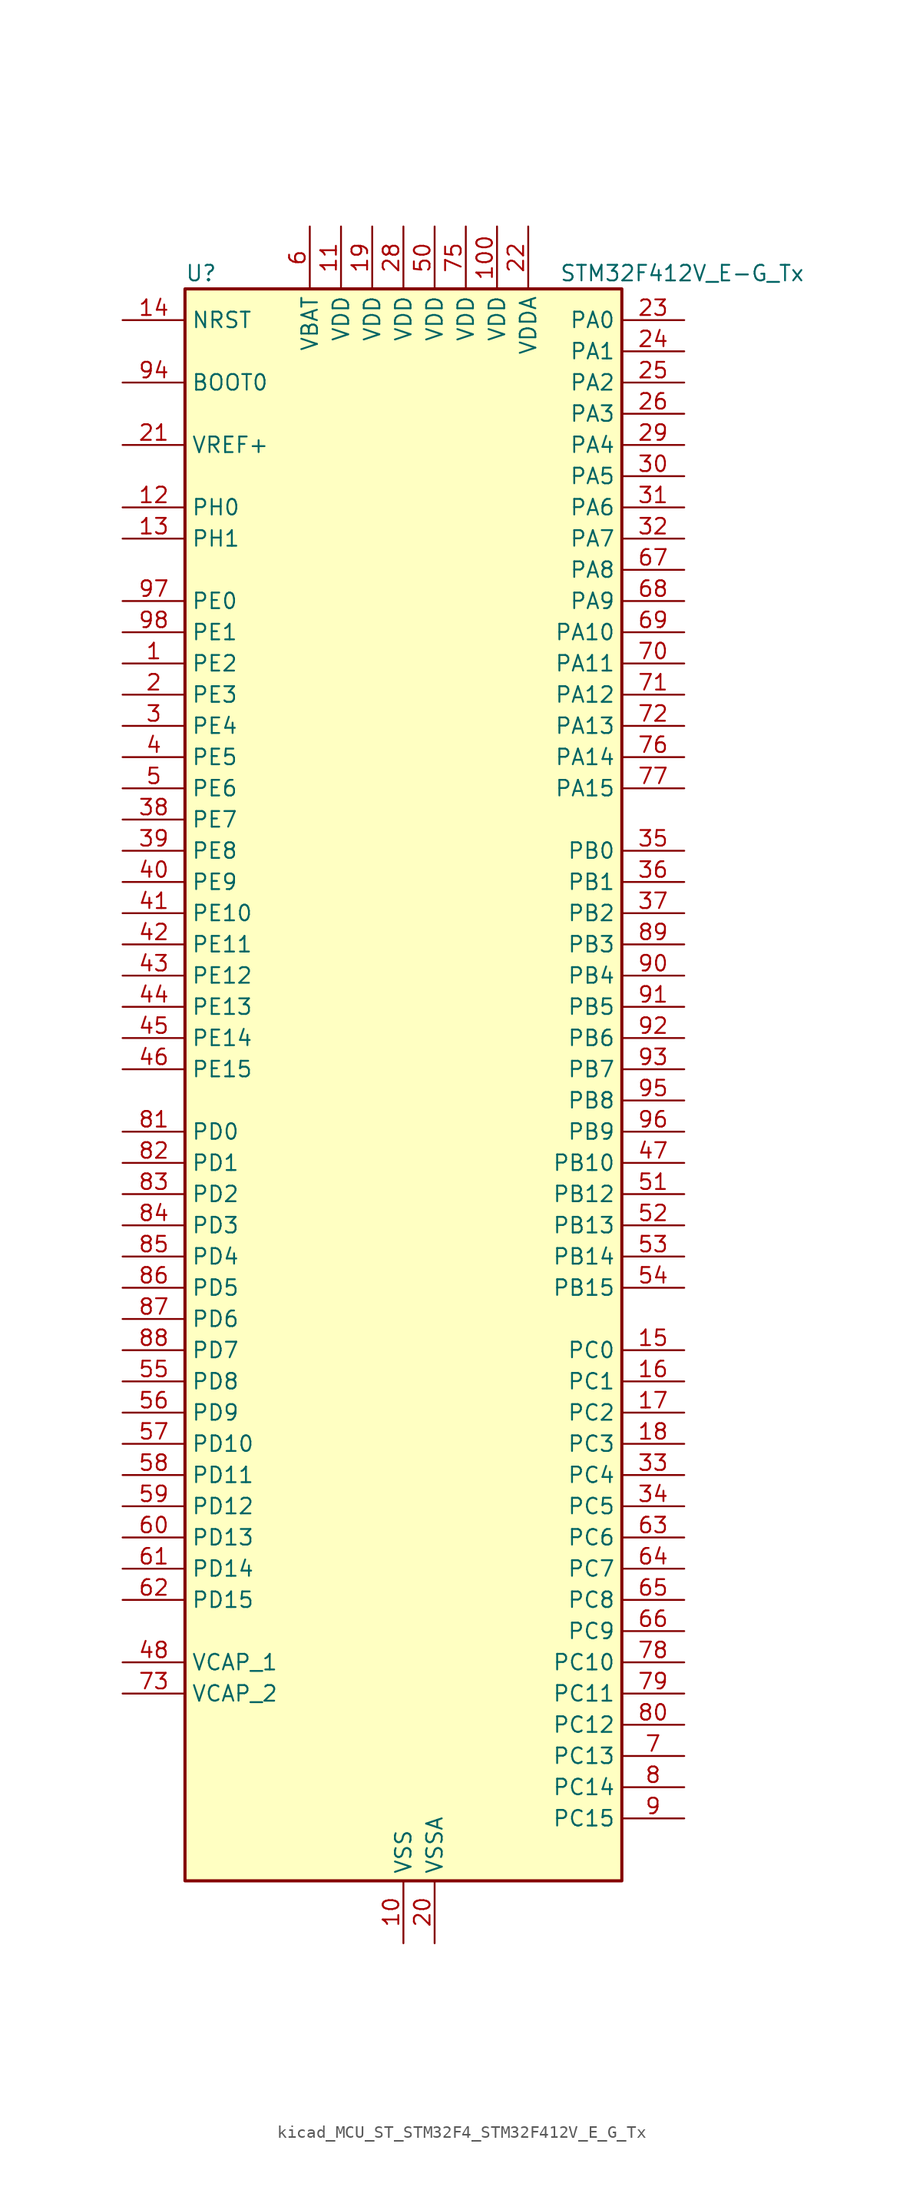
<source format=kicad_sym>
(kicad_symbol_lib
  (version 20220914)
  (generator kicad_symbol_editor)
  (symbol "kicad_MCU_ST_STM32F4_STM32F412V_E_G_Tx"
    (property "Reference" "U"
      (at -17.78 67.31 0)
      (effects (font (size 1.27 1.27)) (justify left)))
    (property "Value" "STM32F412V_E-G_Tx"
      (at 12.7 67.31 0)
      (effects (font (size 1.27 1.27)) (justify left)))
    (property "ki_locked" ""
      (at 0 0 0)
      (effects (font (size 1.27 1.27))))
    (symbol "kicad_MCU_ST_STM32F4_STM32F412V_E_G_Tx_0_1"
      (rectangle (start -17.78 -63.5) (end 17.78 66.04) (stroke (width 0.254) (type default)) (fill (type background))))
    (symbol "kicad_MCU_ST_STM32F4_STM32F412V_E_G_Tx_1_1"
      (pin bidirectional line (at -22.86 35.56 0) (length 5.08) (name "PE2" (effects (font (size 1.27 1.27)))) (number "1" (effects (font (size 1.27 1.27)))) (alternate "FSMC_A23" bidirectional line) (alternate "I2S4_CK" bidirectional line) (alternate "I2S5_CK" bidirectional line) (alternate "QUADSPI_BK1_IO2" bidirectional line) (alternate "SPI4_SCK" bidirectional line) (alternate "SPI5_SCK" bidirectional line) (alternate "SYS_TRACECLK" bidirectional line))
      (pin power_in line (at 0 -68.58 90) (length 5.08) (name "VSS" (effects (font (size 1.27 1.27)))) (number "10" (effects (font (size 1.27 1.27)))))
      (pin power_in line (at 7.62 71.12 270) (length 5.08) (name "VDD" (effects (font (size 1.27 1.27)))) (number "100" (effects (font (size 1.27 1.27)))))
      (pin power_in line (at -5.08 71.12 270) (length 5.08) (name "VDD" (effects (font (size 1.27 1.27)))) (number "11" (effects (font (size 1.27 1.27)))))
      (pin bidirectional line (at -22.86 48.26 0) (length 5.08) (name "PH0" (effects (font (size 1.27 1.27)))) (number "12" (effects (font (size 1.27 1.27)))) (alternate "RCC_OSC_IN" bidirectional line))
      (pin bidirectional line (at -22.86 45.72 0) (length 5.08) (name "PH1" (effects (font (size 1.27 1.27)))) (number "13" (effects (font (size 1.27 1.27)))) (alternate "RCC_OSC_OUT" bidirectional line))
      (pin input line (at -22.86 63.5 0) (length 5.08) (name "NRST" (effects (font (size 1.27 1.27)))) (number "14" (effects (font (size 1.27 1.27)))))
      (pin bidirectional line (at 22.86 -20.32 180) (length 5.08) (name "PC0" (effects (font (size 1.27 1.27)))) (number "15" (effects (font (size 1.27 1.27)))) (alternate "ADC1_IN10" bidirectional line) (alternate "SYS_WKUP2" bidirectional line))
      (pin bidirectional line (at 22.86 -22.86 180) (length 5.08) (name "PC1" (effects (font (size 1.27 1.27)))) (number "16" (effects (font (size 1.27 1.27)))) (alternate "ADC1_IN11" bidirectional line) (alternate "SYS_WKUP3" bidirectional line))
      (pin bidirectional line (at 22.86 -25.4 180) (length 5.08) (name "PC2" (effects (font (size 1.27 1.27)))) (number "17" (effects (font (size 1.27 1.27)))) (alternate "ADC1_IN12" bidirectional line) (alternate "DFSDM1_CKOUT" bidirectional line) (alternate "FSMC_NWE" bidirectional line) (alternate "I2S2_ext_SD" bidirectional line) (alternate "SPI2_MISO" bidirectional line))
      (pin bidirectional line (at 22.86 -27.94 180) (length 5.08) (name "PC3" (effects (font (size 1.27 1.27)))) (number "18" (effects (font (size 1.27 1.27)))) (alternate "ADC1_IN13" bidirectional line) (alternate "FSMC_A0" bidirectional line) (alternate "I2S2_SD" bidirectional line) (alternate "SPI2_MOSI" bidirectional line))
      (pin power_in line (at -2.54 71.12 270) (length 5.08) (name "VDD" (effects (font (size 1.27 1.27)))) (number "19" (effects (font (size 1.27 1.27)))))
      (pin bidirectional line (at -22.86 33.02 0) (length 5.08) (name "PE3" (effects (font (size 1.27 1.27)))) (number "2" (effects (font (size 1.27 1.27)))) (alternate "FSMC_A19" bidirectional line) (alternate "SYS_TRACED0" bidirectional line))
      (pin power_in line (at 2.54 -68.58 90) (length 5.08) (name "VSSA" (effects (font (size 1.27 1.27)))) (number "20" (effects (font (size 1.27 1.27)))))
      (pin input line (at -22.86 53.34 0) (length 5.08) (name "VREF+" (effects (font (size 1.27 1.27)))) (number "21" (effects (font (size 1.27 1.27)))))
      (pin power_in line (at 10.16 71.12 270) (length 5.08) (name "VDDA" (effects (font (size 1.27 1.27)))) (number "22" (effects (font (size 1.27 1.27)))))
      (pin bidirectional line (at 22.86 63.5 180) (length 5.08) (name "PA0" (effects (font (size 1.27 1.27)))) (number "23" (effects (font (size 1.27 1.27)))) (alternate "ADC1_IN0" bidirectional line) (alternate "SYS_WKUP1" bidirectional line) (alternate "TIM2_CH1" bidirectional line) (alternate "TIM2_ETR" bidirectional line) (alternate "TIM5_CH1" bidirectional line) (alternate "TIM8_ETR" bidirectional line) (alternate "USART2_CTS" bidirectional line))
      (pin bidirectional line (at 22.86 60.96 180) (length 5.08) (name "PA1" (effects (font (size 1.27 1.27)))) (number "24" (effects (font (size 1.27 1.27)))) (alternate "ADC1_IN1" bidirectional line) (alternate "I2S4_SD" bidirectional line) (alternate "QUADSPI_BK1_IO3" bidirectional line) (alternate "SPI4_MOSI" bidirectional line) (alternate "TIM2_CH2" bidirectional line) (alternate "TIM5_CH2" bidirectional line) (alternate "USART2_RTS" bidirectional line))
      (pin bidirectional line (at 22.86 58.42 180) (length 5.08) (name "PA2" (effects (font (size 1.27 1.27)))) (number "25" (effects (font (size 1.27 1.27)))) (alternate "ADC1_IN2" bidirectional line) (alternate "FSMC_D4" bidirectional line) (alternate "FSMC_DA4" bidirectional line) (alternate "I2S_CKIN" bidirectional line) (alternate "TIM2_CH3" bidirectional line) (alternate "TIM5_CH3" bidirectional line) (alternate "TIM9_CH1" bidirectional line) (alternate "USART2_TX" bidirectional line))
      (pin bidirectional line (at 22.86 55.88 180) (length 5.08) (name "PA3" (effects (font (size 1.27 1.27)))) (number "26" (effects (font (size 1.27 1.27)))) (alternate "ADC1_IN3" bidirectional line) (alternate "FSMC_D5" bidirectional line) (alternate "FSMC_DA5" bidirectional line) (alternate "I2S2_MCK" bidirectional line) (alternate "TIM2_CH4" bidirectional line) (alternate "TIM5_CH4" bidirectional line) (alternate "TIM9_CH2" bidirectional line) (alternate "USART2_RX" bidirectional line))
      (pin passive line (at 0 -68.58 90) (length 5.08) hide (name "VSS" (effects (font (size 1.27 1.27)))) (number "27" (effects (font (size 1.27 1.27)))))
      (pin power_in line (at 0 71.12 270) (length 5.08) (name "VDD" (effects (font (size 1.27 1.27)))) (number "28" (effects (font (size 1.27 1.27)))))
      (pin bidirectional line (at 22.86 53.34 180) (length 5.08) (name "PA4" (effects (font (size 1.27 1.27)))) (number "29" (effects (font (size 1.27 1.27)))) (alternate "ADC1_IN4" bidirectional line) (alternate "DFSDM1_DATIN1" bidirectional line) (alternate "FSMC_D6" bidirectional line) (alternate "FSMC_DA6" bidirectional line) (alternate "I2S1_WS" bidirectional line) (alternate "I2S3_WS" bidirectional line) (alternate "SPI1_NSS" bidirectional line) (alternate "SPI3_NSS" bidirectional line) (alternate "USART2_CK" bidirectional line))
      (pin bidirectional line (at -22.86 30.48 0) (length 5.08) (name "PE4" (effects (font (size 1.27 1.27)))) (number "3" (effects (font (size 1.27 1.27)))) (alternate "DFSDM1_DATIN3" bidirectional line) (alternate "FSMC_A20" bidirectional line) (alternate "I2S4_WS" bidirectional line) (alternate "I2S5_WS" bidirectional line) (alternate "SPI4_NSS" bidirectional line) (alternate "SPI5_NSS" bidirectional line) (alternate "SYS_TRACED1" bidirectional line))
      (pin bidirectional line (at 22.86 50.8 180) (length 5.08) (name "PA5" (effects (font (size 1.27 1.27)))) (number "30" (effects (font (size 1.27 1.27)))) (alternate "ADC1_IN5" bidirectional line) (alternate "DFSDM1_CKIN1" bidirectional line) (alternate "FSMC_D7" bidirectional line) (alternate "FSMC_DA7" bidirectional line) (alternate "I2S1_CK" bidirectional line) (alternate "SPI1_SCK" bidirectional line) (alternate "TIM2_CH1" bidirectional line) (alternate "TIM2_ETR" bidirectional line) (alternate "TIM8_CH1N" bidirectional line))
      (pin bidirectional line (at 22.86 48.26 180) (length 5.08) (name "PA6" (effects (font (size 1.27 1.27)))) (number "31" (effects (font (size 1.27 1.27)))) (alternate "ADC1_IN6" bidirectional line) (alternate "I2S2_MCK" bidirectional line) (alternate "QUADSPI_BK2_IO0" bidirectional line) (alternate "SDIO_CMD" bidirectional line) (alternate "SPI1_MISO" bidirectional line) (alternate "TIM13_CH1" bidirectional line) (alternate "TIM1_BKIN" bidirectional line) (alternate "TIM3_CH1" bidirectional line) (alternate "TIM8_BKIN" bidirectional line))
      (pin bidirectional line (at 22.86 45.72 180) (length 5.08) (name "PA7" (effects (font (size 1.27 1.27)))) (number "32" (effects (font (size 1.27 1.27)))) (alternate "ADC1_IN7" bidirectional line) (alternate "I2S1_SD" bidirectional line) (alternate "QUADSPI_BK2_IO1" bidirectional line) (alternate "SPI1_MOSI" bidirectional line) (alternate "TIM14_CH1" bidirectional line) (alternate "TIM1_CH1N" bidirectional line) (alternate "TIM3_CH2" bidirectional line) (alternate "TIM8_CH1N" bidirectional line))
      (pin bidirectional line (at 22.86 -30.48 180) (length 5.08) (name "PC4" (effects (font (size 1.27 1.27)))) (number "33" (effects (font (size 1.27 1.27)))) (alternate "ADC1_IN14" bidirectional line) (alternate "FSMC_NE4" bidirectional line) (alternate "I2S1_MCK" bidirectional line) (alternate "QUADSPI_BK2_IO2" bidirectional line))
      (pin bidirectional line (at 22.86 -33.02 180) (length 5.08) (name "PC5" (effects (font (size 1.27 1.27)))) (number "34" (effects (font (size 1.27 1.27)))) (alternate "ADC1_IN15" bidirectional line) (alternate "FMPI2C1_SMBA" bidirectional line) (alternate "FSMC_NOE" bidirectional line) (alternate "QUADSPI_BK2_IO3" bidirectional line) (alternate "USART3_RX" bidirectional line))
      (pin bidirectional line (at 22.86 20.32 180) (length 5.08) (name "PB0" (effects (font (size 1.27 1.27)))) (number "35" (effects (font (size 1.27 1.27)))) (alternate "ADC1_IN8" bidirectional line) (alternate "I2S5_CK" bidirectional line) (alternate "SPI5_SCK" bidirectional line) (alternate "TIM1_CH2N" bidirectional line) (alternate "TIM3_CH3" bidirectional line) (alternate "TIM8_CH2N" bidirectional line))
      (pin bidirectional line (at 22.86 17.78 180) (length 5.08) (name "PB1" (effects (font (size 1.27 1.27)))) (number "36" (effects (font (size 1.27 1.27)))) (alternate "ADC1_IN9" bidirectional line) (alternate "DFSDM1_DATIN0" bidirectional line) (alternate "I2S5_WS" bidirectional line) (alternate "QUADSPI_CLK" bidirectional line) (alternate "SPI5_NSS" bidirectional line) (alternate "TIM1_CH3N" bidirectional line) (alternate "TIM3_CH4" bidirectional line) (alternate "TIM8_CH3N" bidirectional line))
      (pin bidirectional line (at 22.86 15.24 180) (length 5.08) (name "PB2" (effects (font (size 1.27 1.27)))) (number "37" (effects (font (size 1.27 1.27)))) (alternate "DFSDM1_CKIN0" bidirectional line) (alternate "QUADSPI_CLK" bidirectional line))
      (pin bidirectional line (at -22.86 22.86 0) (length 5.08) (name "PE7" (effects (font (size 1.27 1.27)))) (number "38" (effects (font (size 1.27 1.27)))) (alternate "DFSDM1_DATIN2" bidirectional line) (alternate "FSMC_D4" bidirectional line) (alternate "FSMC_DA4" bidirectional line) (alternate "QUADSPI_BK2_IO0" bidirectional line) (alternate "TIM1_ETR" bidirectional line))
      (pin bidirectional line (at -22.86 20.32 0) (length 5.08) (name "PE8" (effects (font (size 1.27 1.27)))) (number "39" (effects (font (size 1.27 1.27)))) (alternate "DFSDM1_CKIN2" bidirectional line) (alternate "FSMC_D5" bidirectional line) (alternate "FSMC_DA5" bidirectional line) (alternate "QUADSPI_BK2_IO1" bidirectional line) (alternate "TIM1_CH1N" bidirectional line))
      (pin bidirectional line (at -22.86 27.94 0) (length 5.08) (name "PE5" (effects (font (size 1.27 1.27)))) (number "4" (effects (font (size 1.27 1.27)))) (alternate "DFSDM1_CKIN3" bidirectional line) (alternate "FSMC_A21" bidirectional line) (alternate "SPI4_MISO" bidirectional line) (alternate "SPI5_MISO" bidirectional line) (alternate "SYS_TRACED2" bidirectional line) (alternate "TIM9_CH1" bidirectional line))
      (pin bidirectional line (at -22.86 17.78 0) (length 5.08) (name "PE9" (effects (font (size 1.27 1.27)))) (number "40" (effects (font (size 1.27 1.27)))) (alternate "DFSDM1_CKOUT" bidirectional line) (alternate "FSMC_D6" bidirectional line) (alternate "FSMC_DA6" bidirectional line) (alternate "QUADSPI_BK2_IO2" bidirectional line) (alternate "TIM1_CH1" bidirectional line))
      (pin bidirectional line (at -22.86 15.24 0) (length 5.08) (name "PE10" (effects (font (size 1.27 1.27)))) (number "41" (effects (font (size 1.27 1.27)))) (alternate "FSMC_D7" bidirectional line) (alternate "FSMC_DA7" bidirectional line) (alternate "QUADSPI_BK2_IO3" bidirectional line) (alternate "TIM1_CH2N" bidirectional line))
      (pin bidirectional line (at -22.86 12.7 0) (length 5.08) (name "PE11" (effects (font (size 1.27 1.27)))) (number "42" (effects (font (size 1.27 1.27)))) (alternate "ADC1_EXTI11" bidirectional line) (alternate "FSMC_D8" bidirectional line) (alternate "FSMC_DA8" bidirectional line) (alternate "I2S4_WS" bidirectional line) (alternate "I2S5_WS" bidirectional line) (alternate "SPI4_NSS" bidirectional line) (alternate "SPI5_NSS" bidirectional line) (alternate "TIM1_CH2" bidirectional line))
      (pin bidirectional line (at -22.86 10.16 0) (length 5.08) (name "PE12" (effects (font (size 1.27 1.27)))) (number "43" (effects (font (size 1.27 1.27)))) (alternate "FSMC_D9" bidirectional line) (alternate "FSMC_DA9" bidirectional line) (alternate "I2S4_CK" bidirectional line) (alternate "I2S5_CK" bidirectional line) (alternate "SPI4_SCK" bidirectional line) (alternate "SPI5_SCK" bidirectional line) (alternate "TIM1_CH3N" bidirectional line))
      (pin bidirectional line (at -22.86 7.62 0) (length 5.08) (name "PE13" (effects (font (size 1.27 1.27)))) (number "44" (effects (font (size 1.27 1.27)))) (alternate "FSMC_D10" bidirectional line) (alternate "FSMC_DA10" bidirectional line) (alternate "SPI4_MISO" bidirectional line) (alternate "SPI5_MISO" bidirectional line) (alternate "TIM1_CH3" bidirectional line))
      (pin bidirectional line (at -22.86 5.08 0) (length 5.08) (name "PE14" (effects (font (size 1.27 1.27)))) (number "45" (effects (font (size 1.27 1.27)))) (alternate "FSMC_D11" bidirectional line) (alternate "FSMC_DA11" bidirectional line) (alternate "I2S4_SD" bidirectional line) (alternate "I2S5_SD" bidirectional line) (alternate "SPI4_MOSI" bidirectional line) (alternate "SPI5_MOSI" bidirectional line) (alternate "TIM1_CH4" bidirectional line))
      (pin bidirectional line (at -22.86 2.54 0) (length 5.08) (name "PE15" (effects (font (size 1.27 1.27)))) (number "46" (effects (font (size 1.27 1.27)))) (alternate "ADC1_EXTI15" bidirectional line) (alternate "FSMC_D12" bidirectional line) (alternate "FSMC_DA12" bidirectional line) (alternate "TIM1_BKIN" bidirectional line))
      (pin bidirectional line (at 22.86 -5.08 180) (length 5.08) (name "PB10" (effects (font (size 1.27 1.27)))) (number "47" (effects (font (size 1.27 1.27)))) (alternate "FMPI2C1_SCL" bidirectional line) (alternate "I2C2_SCL" bidirectional line) (alternate "I2S2_CK" bidirectional line) (alternate "I2S3_MCK" bidirectional line) (alternate "SDIO_D7" bidirectional line) (alternate "SPI2_SCK" bidirectional line) (alternate "TIM2_CH3" bidirectional line) (alternate "USART3_TX" bidirectional line))
      (pin power_out line (at -22.86 -45.72 0) (length 5.08) (name "VCAP_1" (effects (font (size 1.27 1.27)))) (number "48" (effects (font (size 1.27 1.27)))))
      (pin passive line (at 0 -68.58 90) (length 5.08) hide (name "VSS" (effects (font (size 1.27 1.27)))) (number "49" (effects (font (size 1.27 1.27)))))
      (pin bidirectional line (at -22.86 25.4 0) (length 5.08) (name "PE6" (effects (font (size 1.27 1.27)))) (number "5" (effects (font (size 1.27 1.27)))) (alternate "FSMC_A22" bidirectional line) (alternate "I2S4_SD" bidirectional line) (alternate "I2S5_SD" bidirectional line) (alternate "SPI4_MOSI" bidirectional line) (alternate "SPI5_MOSI" bidirectional line) (alternate "SYS_TRACED3" bidirectional line) (alternate "TIM9_CH2" bidirectional line))
      (pin power_in line (at 2.54 71.12 270) (length 5.08) (name "VDD" (effects (font (size 1.27 1.27)))) (number "50" (effects (font (size 1.27 1.27)))))
      (pin bidirectional line (at 22.86 -7.62 180) (length 5.08) (name "PB12" (effects (font (size 1.27 1.27)))) (number "51" (effects (font (size 1.27 1.27)))) (alternate "CAN2_RX" bidirectional line) (alternate "DFSDM1_DATIN1" bidirectional line) (alternate "FSMC_D13" bidirectional line) (alternate "FSMC_DA13" bidirectional line) (alternate "I2C2_SMBA" bidirectional line) (alternate "I2S2_WS" bidirectional line) (alternate "I2S3_CK" bidirectional line) (alternate "I2S4_WS" bidirectional line) (alternate "SPI2_NSS" bidirectional line) (alternate "SPI3_SCK" bidirectional line) (alternate "SPI4_NSS" bidirectional line) (alternate "TIM1_BKIN" bidirectional line) (alternate "USART3_CK" bidirectional line))
      (pin bidirectional line (at 22.86 -10.16 180) (length 5.08) (name "PB13" (effects (font (size 1.27 1.27)))) (number "52" (effects (font (size 1.27 1.27)))) (alternate "CAN2_TX" bidirectional line) (alternate "DFSDM1_CKIN1" bidirectional line) (alternate "FMPI2C1_SMBA" bidirectional line) (alternate "I2S2_CK" bidirectional line) (alternate "I2S4_CK" bidirectional line) (alternate "SPI2_SCK" bidirectional line) (alternate "SPI4_SCK" bidirectional line) (alternate "TIM1_CH1N" bidirectional line) (alternate "USART3_CTS" bidirectional line))
      (pin bidirectional line (at 22.86 -12.7 180) (length 5.08) (name "PB14" (effects (font (size 1.27 1.27)))) (number "53" (effects (font (size 1.27 1.27)))) (alternate "DFSDM1_DATIN2" bidirectional line) (alternate "FMPI2C1_SDA" bidirectional line) (alternate "FSMC_D0" bidirectional line) (alternate "FSMC_DA0" bidirectional line) (alternate "I2S2_ext_SD" bidirectional line) (alternate "SDIO_D6" bidirectional line) (alternate "SPI2_MISO" bidirectional line) (alternate "TIM12_CH1" bidirectional line) (alternate "TIM1_CH2N" bidirectional line) (alternate "TIM8_CH2N" bidirectional line) (alternate "USART3_RTS" bidirectional line))
      (pin bidirectional line (at 22.86 -15.24 180) (length 5.08) (name "PB15" (effects (font (size 1.27 1.27)))) (number "54" (effects (font (size 1.27 1.27)))) (alternate "ADC1_EXTI15" bidirectional line) (alternate "DFSDM1_CKIN2" bidirectional line) (alternate "FMPI2C1_SCL" bidirectional line) (alternate "I2S2_SD" bidirectional line) (alternate "RTC_REFIN" bidirectional line) (alternate "SDIO_CK" bidirectional line) (alternate "SPI2_MOSI" bidirectional line) (alternate "TIM12_CH2" bidirectional line) (alternate "TIM1_CH3N" bidirectional line) (alternate "TIM8_CH3N" bidirectional line))
      (pin bidirectional line (at -22.86 -22.86 0) (length 5.08) (name "PD8" (effects (font (size 1.27 1.27)))) (number "55" (effects (font (size 1.27 1.27)))) (alternate "FSMC_D13" bidirectional line) (alternate "FSMC_DA13" bidirectional line) (alternate "USART3_TX" bidirectional line))
      (pin bidirectional line (at -22.86 -25.4 0) (length 5.08) (name "PD9" (effects (font (size 1.27 1.27)))) (number "56" (effects (font (size 1.27 1.27)))) (alternate "FSMC_D14" bidirectional line) (alternate "FSMC_DA14" bidirectional line) (alternate "USART3_RX" bidirectional line))
      (pin bidirectional line (at -22.86 -27.94 0) (length 5.08) (name "PD10" (effects (font (size 1.27 1.27)))) (number "57" (effects (font (size 1.27 1.27)))) (alternate "FSMC_D15" bidirectional line) (alternate "FSMC_DA15" bidirectional line) (alternate "USART3_CK" bidirectional line))
      (pin bidirectional line (at -22.86 -30.48 0) (length 5.08) (name "PD11" (effects (font (size 1.27 1.27)))) (number "58" (effects (font (size 1.27 1.27)))) (alternate "ADC1_EXTI11" bidirectional line) (alternate "FMPI2C1_SMBA" bidirectional line) (alternate "FSMC_A16" bidirectional line) (alternate "QUADSPI_BK1_IO0" bidirectional line) (alternate "USART3_CTS" bidirectional line))
      (pin bidirectional line (at -22.86 -33.02 0) (length 5.08) (name "PD12" (effects (font (size 1.27 1.27)))) (number "59" (effects (font (size 1.27 1.27)))) (alternate "FMPI2C1_SCL" bidirectional line) (alternate "FSMC_A17" bidirectional line) (alternate "QUADSPI_BK1_IO1" bidirectional line) (alternate "TIM4_CH1" bidirectional line) (alternate "USART3_RTS" bidirectional line))
      (pin power_in line (at -7.62 71.12 270) (length 5.08) (name "VBAT" (effects (font (size 1.27 1.27)))) (number "6" (effects (font (size 1.27 1.27)))))
      (pin bidirectional line (at -22.86 -35.56 0) (length 5.08) (name "PD13" (effects (font (size 1.27 1.27)))) (number "60" (effects (font (size 1.27 1.27)))) (alternate "FMPI2C1_SDA" bidirectional line) (alternate "FSMC_A18" bidirectional line) (alternate "QUADSPI_BK1_IO3" bidirectional line) (alternate "TIM4_CH2" bidirectional line))
      (pin bidirectional line (at -22.86 -38.1 0) (length 5.08) (name "PD14" (effects (font (size 1.27 1.27)))) (number "61" (effects (font (size 1.27 1.27)))) (alternate "FMPI2C1_SCL" bidirectional line) (alternate "FSMC_D0" bidirectional line) (alternate "FSMC_DA0" bidirectional line) (alternate "TIM4_CH3" bidirectional line))
      (pin bidirectional line (at -22.86 -40.64 0) (length 5.08) (name "PD15" (effects (font (size 1.27 1.27)))) (number "62" (effects (font (size 1.27 1.27)))) (alternate "ADC1_EXTI15" bidirectional line) (alternate "FMPI2C1_SDA" bidirectional line) (alternate "FSMC_D1" bidirectional line) (alternate "FSMC_DA1" bidirectional line) (alternate "TIM4_CH4" bidirectional line))
      (pin bidirectional line (at 22.86 -35.56 180) (length 5.08) (name "PC6" (effects (font (size 1.27 1.27)))) (number "63" (effects (font (size 1.27 1.27)))) (alternate "DFSDM1_CKIN3" bidirectional line) (alternate "FMPI2C1_SCL" bidirectional line) (alternate "FSMC_D1" bidirectional line) (alternate "FSMC_DA1" bidirectional line) (alternate "I2S2_MCK" bidirectional line) (alternate "SDIO_D6" bidirectional line) (alternate "TIM3_CH1" bidirectional line) (alternate "TIM8_CH1" bidirectional line) (alternate "USART6_TX" bidirectional line))
      (pin bidirectional line (at 22.86 -38.1 180) (length 5.08) (name "PC7" (effects (font (size 1.27 1.27)))) (number "64" (effects (font (size 1.27 1.27)))) (alternate "DFSDM1_DATIN3" bidirectional line) (alternate "FMPI2C1_SDA" bidirectional line) (alternate "I2S2_CK" bidirectional line) (alternate "I2S3_MCK" bidirectional line) (alternate "SDIO_D7" bidirectional line) (alternate "SPI2_SCK" bidirectional line) (alternate "TIM3_CH2" bidirectional line) (alternate "TIM8_CH2" bidirectional line) (alternate "USART6_RX" bidirectional line))
      (pin bidirectional line (at 22.86 -40.64 180) (length 5.08) (name "PC8" (effects (font (size 1.27 1.27)))) (number "65" (effects (font (size 1.27 1.27)))) (alternate "QUADSPI_BK1_IO2" bidirectional line) (alternate "SDIO_D0" bidirectional line) (alternate "TIM3_CH3" bidirectional line) (alternate "TIM8_CH3" bidirectional line) (alternate "USART6_CK" bidirectional line))
      (pin bidirectional line (at 22.86 -43.18 180) (length 5.08) (name "PC9" (effects (font (size 1.27 1.27)))) (number "66" (effects (font (size 1.27 1.27)))) (alternate "I2C3_SDA" bidirectional line) (alternate "I2S_CKIN" bidirectional line) (alternate "QUADSPI_BK1_IO0" bidirectional line) (alternate "RCC_MCO_2" bidirectional line) (alternate "SDIO_D1" bidirectional line) (alternate "TIM3_CH4" bidirectional line) (alternate "TIM8_CH4" bidirectional line))
      (pin bidirectional line (at 22.86 43.18 180) (length 5.08) (name "PA8" (effects (font (size 1.27 1.27)))) (number "67" (effects (font (size 1.27 1.27)))) (alternate "I2C3_SCL" bidirectional line) (alternate "RCC_MCO_1" bidirectional line) (alternate "SDIO_D1" bidirectional line) (alternate "TIM1_CH1" bidirectional line) (alternate "USART1_CK" bidirectional line) (alternate "USB_OTG_FS_SOF" bidirectional line))
      (pin bidirectional line (at 22.86 40.64 180) (length 5.08) (name "PA9" (effects (font (size 1.27 1.27)))) (number "68" (effects (font (size 1.27 1.27)))) (alternate "I2C3_SMBA" bidirectional line) (alternate "SDIO_D2" bidirectional line) (alternate "TIM1_CH2" bidirectional line) (alternate "USART1_TX" bidirectional line) (alternate "USB_OTG_FS_VBUS" bidirectional line))
      (pin bidirectional line (at 22.86 38.1 180) (length 5.08) (name "PA10" (effects (font (size 1.27 1.27)))) (number "69" (effects (font (size 1.27 1.27)))) (alternate "I2S5_SD" bidirectional line) (alternate "SPI5_MOSI" bidirectional line) (alternate "TIM1_CH3" bidirectional line) (alternate "USART1_RX" bidirectional line) (alternate "USB_OTG_FS_ID" bidirectional line))
      (pin bidirectional line (at 22.86 -53.34 180) (length 5.08) (name "PC13" (effects (font (size 1.27 1.27)))) (number "7" (effects (font (size 1.27 1.27)))) (alternate "RTC_AF1" bidirectional line))
      (pin bidirectional line (at 22.86 35.56 180) (length 5.08) (name "PA11" (effects (font (size 1.27 1.27)))) (number "70" (effects (font (size 1.27 1.27)))) (alternate "ADC1_EXTI11" bidirectional line) (alternate "CAN1_RX" bidirectional line) (alternate "SPI4_MISO" bidirectional line) (alternate "TIM1_CH4" bidirectional line) (alternate "USART1_CTS" bidirectional line) (alternate "USART6_TX" bidirectional line) (alternate "USB_OTG_FS_DM" bidirectional line))
      (pin bidirectional line (at 22.86 33.02 180) (length 5.08) (name "PA12" (effects (font (size 1.27 1.27)))) (number "71" (effects (font (size 1.27 1.27)))) (alternate "CAN1_TX" bidirectional line) (alternate "SPI5_MISO" bidirectional line) (alternate "TIM1_ETR" bidirectional line) (alternate "USART1_RTS" bidirectional line) (alternate "USART6_RX" bidirectional line) (alternate "USB_OTG_FS_DP" bidirectional line))
      (pin bidirectional line (at 22.86 30.48 180) (length 5.08) (name "PA13" (effects (font (size 1.27 1.27)))) (number "72" (effects (font (size 1.27 1.27)))) (alternate "SYS_JTMS-SWDIO" bidirectional line))
      (pin power_out line (at -22.86 -48.26 0) (length 5.08) (name "VCAP_2" (effects (font (size 1.27 1.27)))) (number "73" (effects (font (size 1.27 1.27)))))
      (pin passive line (at 0 -68.58 90) (length 5.08) hide (name "VSS" (effects (font (size 1.27 1.27)))) (number "74" (effects (font (size 1.27 1.27)))))
      (pin power_in line (at 5.08 71.12 270) (length 5.08) (name "VDD" (effects (font (size 1.27 1.27)))) (number "75" (effects (font (size 1.27 1.27)))))
      (pin bidirectional line (at 22.86 27.94 180) (length 5.08) (name "PA14" (effects (font (size 1.27 1.27)))) (number "76" (effects (font (size 1.27 1.27)))) (alternate "SYS_JTCK-SWCLK" bidirectional line))
      (pin bidirectional line (at 22.86 25.4 180) (length 5.08) (name "PA15" (effects (font (size 1.27 1.27)))) (number "77" (effects (font (size 1.27 1.27)))) (alternate "ADC1_EXTI15" bidirectional line) (alternate "I2S1_WS" bidirectional line) (alternate "I2S3_WS" bidirectional line) (alternate "SPI1_NSS" bidirectional line) (alternate "SPI3_NSS" bidirectional line) (alternate "SYS_JTDI" bidirectional line) (alternate "TIM2_CH1" bidirectional line) (alternate "TIM2_ETR" bidirectional line) (alternate "USART1_TX" bidirectional line))
      (pin bidirectional line (at 22.86 -45.72 180) (length 5.08) (name "PC10" (effects (font (size 1.27 1.27)))) (number "78" (effects (font (size 1.27 1.27)))) (alternate "I2S3_CK" bidirectional line) (alternate "QUADSPI_BK1_IO1" bidirectional line) (alternate "SDIO_D2" bidirectional line) (alternate "SPI3_SCK" bidirectional line) (alternate "USART3_TX" bidirectional line))
      (pin bidirectional line (at 22.86 -48.26 180) (length 5.08) (name "PC11" (effects (font (size 1.27 1.27)))) (number "79" (effects (font (size 1.27 1.27)))) (alternate "ADC1_EXTI11" bidirectional line) (alternate "FSMC_D2" bidirectional line) (alternate "FSMC_DA2" bidirectional line) (alternate "I2S3_ext_SD" bidirectional line) (alternate "QUADSPI_BK2_NCS" bidirectional line) (alternate "SDIO_D3" bidirectional line) (alternate "SPI3_MISO" bidirectional line) (alternate "USART3_RX" bidirectional line))
      (pin bidirectional line (at 22.86 -55.88 180) (length 5.08) (name "PC14" (effects (font (size 1.27 1.27)))) (number "8" (effects (font (size 1.27 1.27)))) (alternate "RCC_OSC32_IN" bidirectional line))
      (pin bidirectional line (at 22.86 -50.8 180) (length 5.08) (name "PC12" (effects (font (size 1.27 1.27)))) (number "80" (effects (font (size 1.27 1.27)))) (alternate "FSMC_D3" bidirectional line) (alternate "FSMC_DA3" bidirectional line) (alternate "I2S3_SD" bidirectional line) (alternate "SDIO_CK" bidirectional line) (alternate "SPI3_MOSI" bidirectional line) (alternate "USART3_CK" bidirectional line))
      (pin bidirectional line (at -22.86 -2.54 0) (length 5.08) (name "PD0" (effects (font (size 1.27 1.27)))) (number "81" (effects (font (size 1.27 1.27)))) (alternate "CAN1_RX" bidirectional line) (alternate "FSMC_D2" bidirectional line) (alternate "FSMC_DA2" bidirectional line))
      (pin bidirectional line (at -22.86 -5.08 0) (length 5.08) (name "PD1" (effects (font (size 1.27 1.27)))) (number "82" (effects (font (size 1.27 1.27)))) (alternate "CAN1_TX" bidirectional line) (alternate "FSMC_D3" bidirectional line) (alternate "FSMC_DA3" bidirectional line))
      (pin bidirectional line (at -22.86 -7.62 0) (length 5.08) (name "PD2" (effects (font (size 1.27 1.27)))) (number "83" (effects (font (size 1.27 1.27)))) (alternate "FSMC_NWE" bidirectional line) (alternate "SDIO_CMD" bidirectional line) (alternate "TIM3_ETR" bidirectional line))
      (pin bidirectional line (at -22.86 -10.16 0) (length 5.08) (name "PD3" (effects (font (size 1.27 1.27)))) (number "84" (effects (font (size 1.27 1.27)))) (alternate "DFSDM1_DATIN0" bidirectional line) (alternate "FSMC_CLK" bidirectional line) (alternate "I2S2_CK" bidirectional line) (alternate "QUADSPI_CLK" bidirectional line) (alternate "SPI2_SCK" bidirectional line) (alternate "SYS_TRACED1" bidirectional line) (alternate "USART2_CTS" bidirectional line))
      (pin bidirectional line (at -22.86 -12.7 0) (length 5.08) (name "PD4" (effects (font (size 1.27 1.27)))) (number "85" (effects (font (size 1.27 1.27)))) (alternate "DFSDM1_CKIN0" bidirectional line) (alternate "FSMC_NOE" bidirectional line) (alternate "USART2_RTS" bidirectional line))
      (pin bidirectional line (at -22.86 -15.24 0) (length 5.08) (name "PD5" (effects (font (size 1.27 1.27)))) (number "86" (effects (font (size 1.27 1.27)))) (alternate "FSMC_NWE" bidirectional line) (alternate "USART2_TX" bidirectional line))
      (pin bidirectional line (at -22.86 -17.78 0) (length 5.08) (name "PD6" (effects (font (size 1.27 1.27)))) (number "87" (effects (font (size 1.27 1.27)))) (alternate "DFSDM1_DATIN1" bidirectional line) (alternate "FSMC_NWAIT" bidirectional line) (alternate "I2S3_SD" bidirectional line) (alternate "SPI3_MOSI" bidirectional line) (alternate "USART2_RX" bidirectional line))
      (pin bidirectional line (at -22.86 -20.32 0) (length 5.08) (name "PD7" (effects (font (size 1.27 1.27)))) (number "88" (effects (font (size 1.27 1.27)))) (alternate "DFSDM1_CKIN1" bidirectional line) (alternate "FSMC_NE1" bidirectional line) (alternate "USART2_CK" bidirectional line))
      (pin bidirectional line (at 22.86 12.7 180) (length 5.08) (name "PB3" (effects (font (size 1.27 1.27)))) (number "89" (effects (font (size 1.27 1.27)))) (alternate "FMPI2C1_SDA" bidirectional line) (alternate "I2C2_SDA" bidirectional line) (alternate "I2S1_CK" bidirectional line) (alternate "I2S3_CK" bidirectional line) (alternate "SPI1_SCK" bidirectional line) (alternate "SPI3_SCK" bidirectional line) (alternate "SYS_JTDO-SWO" bidirectional line) (alternate "TIM2_CH2" bidirectional line) (alternate "USART1_RX" bidirectional line))
      (pin bidirectional line (at 22.86 -58.42 180) (length 5.08) (name "PC15" (effects (font (size 1.27 1.27)))) (number "9" (effects (font (size 1.27 1.27)))) (alternate "ADC1_EXTI15" bidirectional line) (alternate "RCC_OSC32_OUT" bidirectional line))
      (pin bidirectional line (at 22.86 10.16 180) (length 5.08) (name "PB4" (effects (font (size 1.27 1.27)))) (number "90" (effects (font (size 1.27 1.27)))) (alternate "I2C3_SDA" bidirectional line) (alternate "I2S3_ext_SD" bidirectional line) (alternate "SDIO_D0" bidirectional line) (alternate "SPI1_MISO" bidirectional line) (alternate "SPI3_MISO" bidirectional line) (alternate "SYS_JTRST" bidirectional line) (alternate "TIM3_CH1" bidirectional line))
      (pin bidirectional line (at 22.86 7.62 180) (length 5.08) (name "PB5" (effects (font (size 1.27 1.27)))) (number "91" (effects (font (size 1.27 1.27)))) (alternate "CAN2_RX" bidirectional line) (alternate "I2C1_SMBA" bidirectional line) (alternate "I2S1_SD" bidirectional line) (alternate "I2S3_SD" bidirectional line) (alternate "SDIO_D3" bidirectional line) (alternate "SPI1_MOSI" bidirectional line) (alternate "SPI3_MOSI" bidirectional line) (alternate "TIM3_CH2" bidirectional line))
      (pin bidirectional line (at 22.86 5.08 180) (length 5.08) (name "PB6" (effects (font (size 1.27 1.27)))) (number "92" (effects (font (size 1.27 1.27)))) (alternate "CAN2_TX" bidirectional line) (alternate "I2C1_SCL" bidirectional line) (alternate "QUADSPI_BK1_NCS" bidirectional line) (alternate "SDIO_D0" bidirectional line) (alternate "TIM4_CH1" bidirectional line) (alternate "USART1_TX" bidirectional line))
      (pin bidirectional line (at 22.86 2.54 180) (length 5.08) (name "PB7" (effects (font (size 1.27 1.27)))) (number "93" (effects (font (size 1.27 1.27)))) (alternate "FSMC_NL" bidirectional line) (alternate "I2C1_SDA" bidirectional line) (alternate "TIM4_CH2" bidirectional line) (alternate "USART1_RX" bidirectional line))
      (pin input line (at -22.86 58.42 0) (length 5.08) (name "BOOT0" (effects (font (size 1.27 1.27)))) (number "94" (effects (font (size 1.27 1.27)))))
      (pin bidirectional line (at 22.86 0 180) (length 5.08) (name "PB8" (effects (font (size 1.27 1.27)))) (number "95" (effects (font (size 1.27 1.27)))) (alternate "CAN1_RX" bidirectional line) (alternate "I2C1_SCL" bidirectional line) (alternate "I2C3_SDA" bidirectional line) (alternate "I2S5_SD" bidirectional line) (alternate "SDIO_D4" bidirectional line) (alternate "SPI5_MOSI" bidirectional line) (alternate "TIM10_CH1" bidirectional line) (alternate "TIM4_CH3" bidirectional line))
      (pin bidirectional line (at 22.86 -2.54 180) (length 5.08) (name "PB9" (effects (font (size 1.27 1.27)))) (number "96" (effects (font (size 1.27 1.27)))) (alternate "CAN1_TX" bidirectional line) (alternate "I2C1_SDA" bidirectional line) (alternate "I2C2_SDA" bidirectional line) (alternate "I2S2_WS" bidirectional line) (alternate "SDIO_D5" bidirectional line) (alternate "SPI2_NSS" bidirectional line) (alternate "TIM11_CH1" bidirectional line) (alternate "TIM4_CH4" bidirectional line))
      (pin bidirectional line (at -22.86 40.64 0) (length 5.08) (name "PE0" (effects (font (size 1.27 1.27)))) (number "97" (effects (font (size 1.27 1.27)))) (alternate "FSMC_NBL0" bidirectional line) (alternate "TIM4_ETR" bidirectional line))
      (pin bidirectional line (at -22.86 38.1 0) (length 5.08) (name "PE1" (effects (font (size 1.27 1.27)))) (number "98" (effects (font (size 1.27 1.27)))) (alternate "FSMC_NBL1" bidirectional line))
      (pin passive line (at 0 -68.58 90) (length 5.08) hide (name "VSS" (effects (font (size 1.27 1.27)))) (number "99" (effects (font (size 1.27 1.27))))))))
</source>
